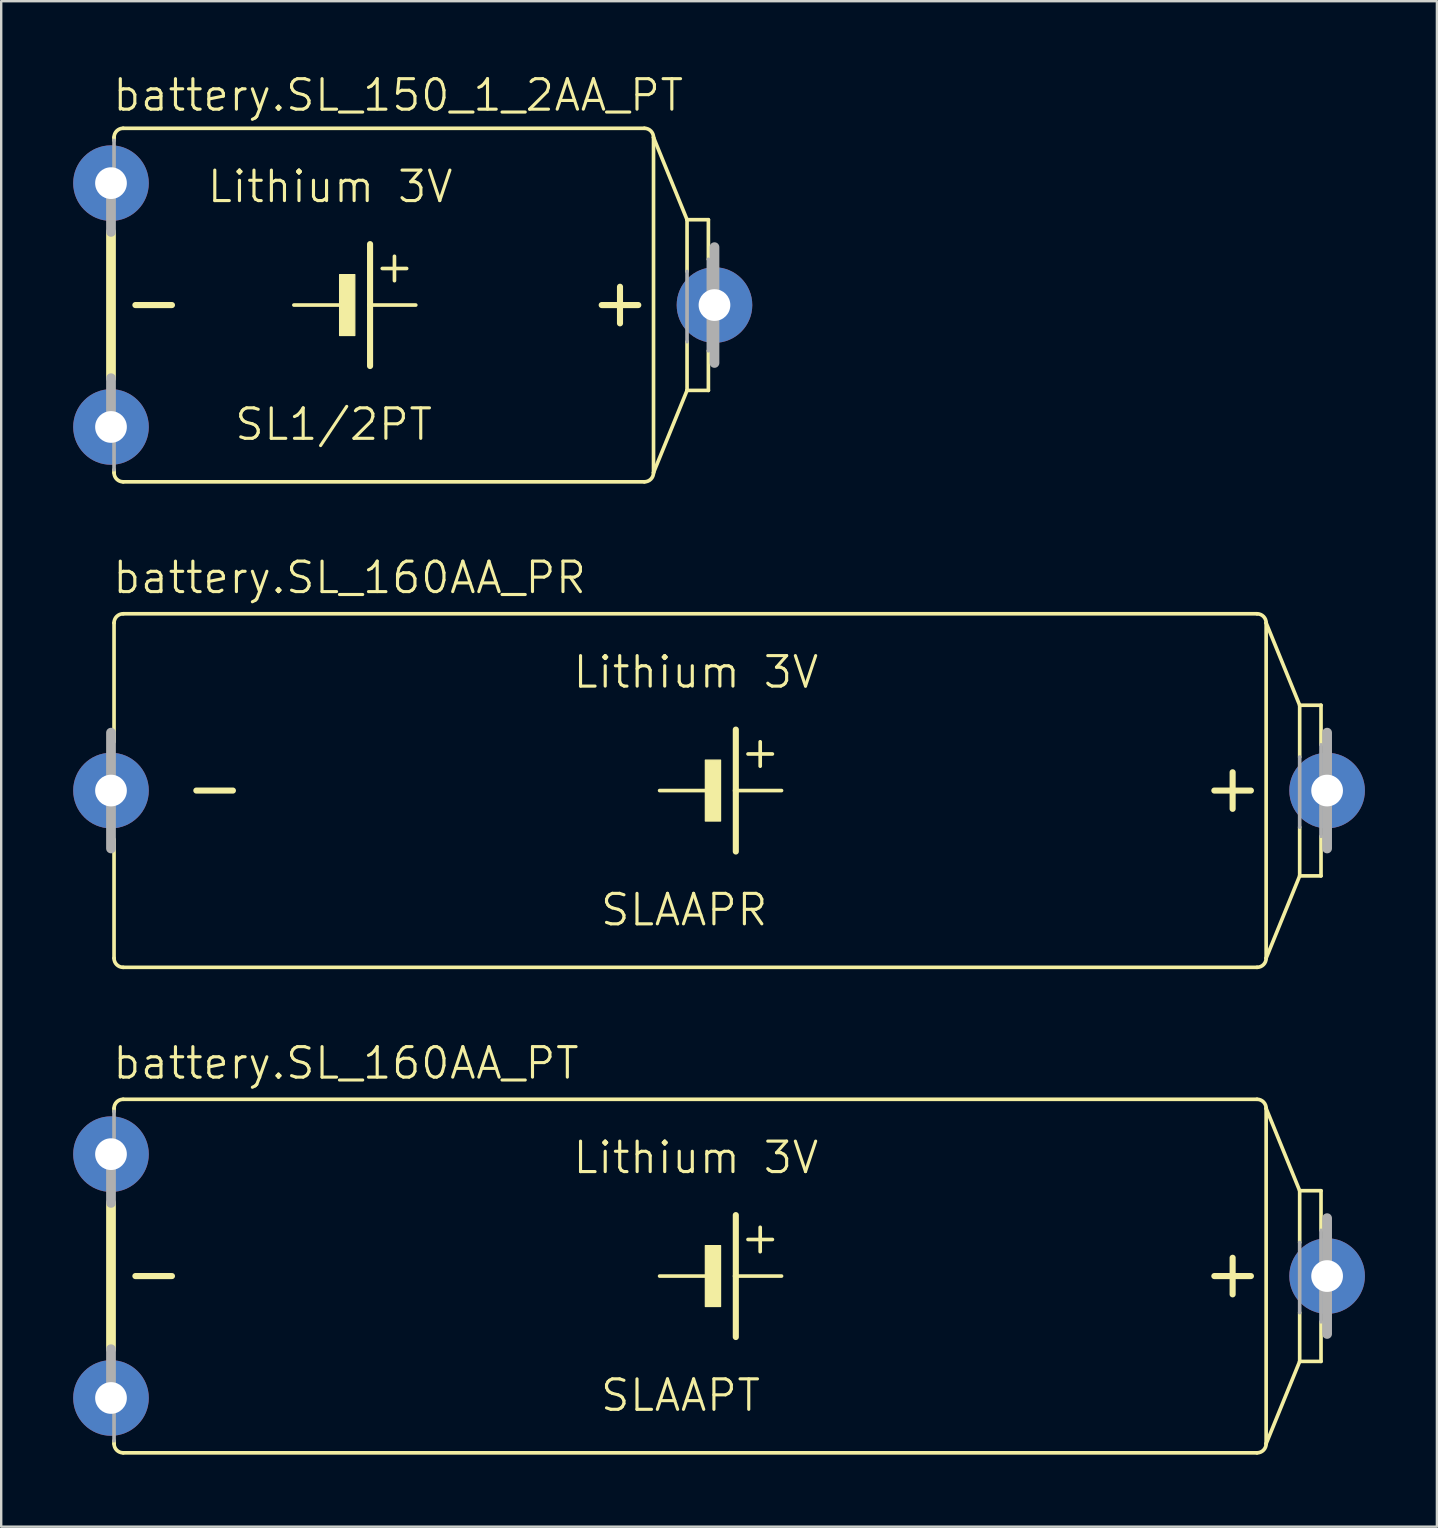
<source format=kicad_pcb>
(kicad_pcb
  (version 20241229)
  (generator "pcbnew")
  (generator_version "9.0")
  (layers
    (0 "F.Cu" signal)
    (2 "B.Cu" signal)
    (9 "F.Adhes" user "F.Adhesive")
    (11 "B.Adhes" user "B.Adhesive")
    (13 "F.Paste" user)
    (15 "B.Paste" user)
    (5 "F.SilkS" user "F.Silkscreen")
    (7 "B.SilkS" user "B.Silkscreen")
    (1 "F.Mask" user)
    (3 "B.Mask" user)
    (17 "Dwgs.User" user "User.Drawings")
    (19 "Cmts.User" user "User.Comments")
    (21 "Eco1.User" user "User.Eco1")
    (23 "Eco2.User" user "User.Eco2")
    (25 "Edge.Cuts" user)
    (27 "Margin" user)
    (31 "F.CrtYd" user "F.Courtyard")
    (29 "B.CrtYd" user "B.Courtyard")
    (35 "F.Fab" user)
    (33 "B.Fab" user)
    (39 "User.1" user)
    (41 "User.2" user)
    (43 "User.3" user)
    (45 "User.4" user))
  (footprint "battery.SL_150_1_2AA_PT"
    (layer "F.Cu")
    (at 14.275 9.661)
    (property "Reference" "battery.SL_150_1_2AA_PT" (at -12.7 -8.001 0) (layer "F.SilkS") (effects (font (size 1.27 1.27) (thickness 0.13)) (justify left bottom)))
    (attr through_hole)
    (fp_line (start -12.7 3.048) (end -12.7 -3.048) (stroke (width 0.406) (type default)) (layer "F.SilkS"))
    (fp_line (start -12.573 -6.858) (end -12.573 -6.985) (stroke (width 0.152) (type default)) (layer "F.SilkS"))
    (fp_line (start -12.573 6.985) (end -12.573 6.858) (stroke (width 0.152) (type default)) (layer "F.SilkS"))
    (fp_line (start -11.684 0) (end -10.16 0) (stroke (width 0.254) (type default)) (layer "F.SilkS"))
    (fp_line (start -5.08 0) (end -3.175 0) (stroke (width 0.152) (type default)) (layer "F.SilkS"))
    (fp_line (start -1.905 -2.54) (end -1.905 0) (stroke (width 0.254) (type default)) (layer "F.SilkS"))
    (fp_line (start -1.905 0) (end -1.905 2.54) (stroke (width 0.254) (type default)) (layer "F.SilkS"))
    (fp_line (start -1.905 0) (end 0 0) (stroke (width 0.152) (type default)) (layer "F.SilkS"))
    (fp_line (start -1.397 -1.524) (end -0.381 -1.524) (stroke (width 0.152) (type default)) (layer "F.SilkS"))
    (fp_line (start -0.889 -2.032) (end -0.889 -1.016) (stroke (width 0.152) (type default)) (layer "F.SilkS"))
    (fp_line (start 7.747 0) (end 9.271 0) (stroke (width 0.254) (type default)) (layer "F.SilkS"))
    (fp_line (start 8.509 0.762) (end 8.509 -0.762) (stroke (width 0.254) (type default)) (layer "F.SilkS"))
    (fp_line (start 9.525 -7.366) (end -12.192 -7.366) (stroke (width 0.152) (type default)) (layer "F.SilkS"))
    (fp_line (start 9.525 7.366) (end -12.192 7.366) (stroke (width 0.152) (type default)) (layer "F.SilkS"))
    (fp_line (start 9.906 -6.985) (end 9.906 6.985) (stroke (width 0.152) (type default)) (layer "F.SilkS"))
    (fp_line (start 9.906 6.985) (end 11.303 3.556) (stroke (width 0.152) (type default)) (layer "F.SilkS"))
    (fp_line (start 11.303 -3.556) (end 9.906 -6.985) (stroke (width 0.152) (type default)) (layer "F.SilkS"))
    (fp_line (start 11.303 -1.397) (end 11.303 -3.556) (stroke (width 0.152) (type default)) (layer "F.SilkS"))
    (fp_line (start 11.303 3.556) (end 11.303 1.524) (stroke (width 0.152) (type default)) (layer "F.SilkS"))
    (fp_line (start 12.192 -3.556) (end 11.303 -3.556) (stroke (width 0.152) (type default)) (layer "F.SilkS"))
    (fp_line (start 12.192 -1.905) (end 12.192 -3.556) (stroke (width 0.152) (type default)) (layer "F.SilkS"))
    (fp_line (start 12.192 3.556) (end 11.303 3.556) (stroke (width 0.152) (type default)) (layer "F.SilkS"))
    (fp_line (start 12.192 3.556) (end 12.192 1.905) (stroke (width 0.152) (type default)) (layer "F.SilkS"))
    (fp_rect (start -3.175 1.27) (end -2.54 -1.27) (stroke (width 0.05) (type default)) (fill yes) (layer "F.SilkS"))
    (fp_arc (start -12.573 -6.985) (mid -12.461408 -7.254408) (end -12.192 -7.366) (stroke (width 0.1524) (type default)) (layer "F.SilkS"))
    (fp_arc (start -12.192 7.366) (mid -12.461408 7.254408) (end -12.573 6.985) (stroke (width 0.1524) (type default)) (layer "F.SilkS"))
    (fp_arc (start 9.525 -7.366) (mid 9.794408 -7.254408) (end 9.906 -6.985) (stroke (width 0.1524) (type default)) (layer "F.SilkS"))
    (fp_arc (start 9.906 6.985) (mid 9.794408 7.254408) (end 9.525 7.366) (stroke (width 0.1524) (type default)) (layer "F.SilkS"))
    (fp_line (start -12.7 -3.048) (end -12.7 -5.461) (stroke (width 0.406) (type default)) (layer "F.Fab"))
    (fp_line (start -12.7 5.461) (end -12.7 3.048) (stroke (width 0.406) (type default)) (layer "F.Fab"))
    (fp_line (start -12.573 -6.858) (end -12.573 -5.461) (stroke (width 0.152) (type default)) (layer "F.Fab"))
    (fp_line (start -12.573 6.858) (end -12.573 5.461) (stroke (width 0.152) (type default)) (layer "F.Fab"))
    (fp_line (start 11.303 1.524) (end 11.303 -1.397) (stroke (width 0.152) (type default)) (layer "F.Fab"))
    (fp_line (start 12.192 1.905) (end 12.192 -1.905) (stroke (width 0.152) (type default)) (layer "F.Fab"))
    (fp_line (start 12.446 2.413) (end 12.446 -2.413) (stroke (width 0.406) (type default)) (layer "F.Fab"))
    (fp_text user "SL1/2PT" (at -7.62 5.715 0) (layer "F.SilkS") (effects (font (size 1.27 1.27) (thickness 0.13)) (justify left bottom)))
    (fp_text user "Lithium 3V" (at -8.763 -4.191 0) (layer "F.SilkS") (effects (font (size 1.27 1.27) (thickness 0.13)) (justify left bottom)))
    (pad "+" thru_hole circle (at 12.446 0) (size 3.15 3.15) (drill 1.321) (layers "*.Cu" "*.Mask"))
    (pad "-" thru_hole circle (at -12.7 5.08) (size 3.15 3.15) (drill 1.321) (layers "*.Cu" "*.Mask"))
    (pad "-@1" thru_hole circle (at -12.7 -5.08) (size 3.15 3.15) (drill 1.321) (layers "*.Cu" "*.Mask")))
  (footprint "battery.SL_160AA_PR"
    (layer "F.Cu")
    (at 26.975 29.891)
    (property "Reference" "battery.SL_160AA_PR" (at -25.4 -8.128 0) (layer "F.SilkS") (effects (font (size 1.27 1.27) (thickness 0.13)) (justify left bottom)))
    (attr through_hole)
    (fp_line (start -25.273 -6.985) (end -25.273 -2.032) (stroke (width 0.152) (type default)) (layer "F.SilkS"))
    (fp_line (start -25.273 6.985) (end -25.273 2.032) (stroke (width 0.152) (type default)) (layer "F.SilkS"))
    (fp_line (start -21.844 0) (end -20.32 0) (stroke (width 0.254) (type default)) (layer "F.SilkS"))
    (fp_line (start -2.54 0) (end -0.635 0) (stroke (width 0.152) (type default)) (layer "F.SilkS"))
    (fp_line (start 0.635 -2.54) (end 0.635 0) (stroke (width 0.254) (type default)) (layer "F.SilkS"))
    (fp_line (start 0.635 0) (end 0.635 2.54) (stroke (width 0.254) (type default)) (layer "F.SilkS"))
    (fp_line (start 0.635 0) (end 2.54 0) (stroke (width 0.152) (type default)) (layer "F.SilkS"))
    (fp_line (start 1.143 -1.524) (end 2.159 -1.524) (stroke (width 0.152) (type default)) (layer "F.SilkS"))
    (fp_line (start 1.651 -2.032) (end 1.651 -1.016) (stroke (width 0.152) (type default)) (layer "F.SilkS"))
    (fp_line (start 20.574 0) (end 22.098 0) (stroke (width 0.254) (type default)) (layer "F.SilkS"))
    (fp_line (start 21.336 0.762) (end 21.336 -0.762) (stroke (width 0.254) (type default)) (layer "F.SilkS"))
    (fp_line (start 22.352 -7.366) (end -24.892 -7.366) (stroke (width 0.152) (type default)) (layer "F.SilkS"))
    (fp_line (start 22.352 7.366) (end -24.892 7.366) (stroke (width 0.152) (type default)) (layer "F.SilkS"))
    (fp_line (start 22.733 -6.985) (end 22.733 6.985) (stroke (width 0.152) (type default)) (layer "F.SilkS"))
    (fp_line (start 22.733 6.985) (end 24.13 3.556) (stroke (width 0.152) (type default)) (layer "F.SilkS"))
    (fp_line (start 24.13 -3.556) (end 22.733 -6.985) (stroke (width 0.152) (type default)) (layer "F.SilkS"))
    (fp_line (start 24.13 -1.397) (end 24.13 -3.556) (stroke (width 0.152) (type default)) (layer "F.SilkS"))
    (fp_line (start 24.13 3.556) (end 24.13 1.524) (stroke (width 0.152) (type default)) (layer "F.SilkS"))
    (fp_line (start 25.019 -3.556) (end 24.13 -3.556) (stroke (width 0.152) (type default)) (layer "F.SilkS"))
    (fp_line (start 25.019 -1.905) (end 25.019 -3.556) (stroke (width 0.152) (type default)) (layer "F.SilkS"))
    (fp_line (start 25.019 3.556) (end 24.13 3.556) (stroke (width 0.152) (type default)) (layer "F.SilkS"))
    (fp_line (start 25.019 3.556) (end 25.019 1.905) (stroke (width 0.152) (type default)) (layer "F.SilkS"))
    (fp_rect (start -0.635 1.27) (end 0 -1.27) (stroke (width 0.05) (type default)) (fill yes) (layer "F.SilkS"))
    (fp_arc (start -25.273 -6.985) (mid -25.161408 -7.254408) (end -24.892 -7.366) (stroke (width 0.1524) (type default)) (layer "F.SilkS"))
    (fp_arc (start -24.892 7.366) (mid -25.161408 7.254408) (end -25.273 6.985) (stroke (width 0.1524) (type default)) (layer "F.SilkS"))
    (fp_arc (start 22.352 -7.366) (mid 22.621408 -7.254408) (end 22.733 -6.985) (stroke (width 0.1524) (type default)) (layer "F.SilkS"))
    (fp_arc (start 22.733 6.985) (mid 22.621408 7.254408) (end 22.352 7.366) (stroke (width 0.1524) (type default)) (layer "F.SilkS"))
    (fp_line (start -25.4 2.413) (end -25.4 -2.413) (stroke (width 0.406) (type default)) (layer "F.Fab"))
    (fp_line (start 24.13 1.524) (end 24.13 -1.397) (stroke (width 0.152) (type default)) (layer "F.Fab"))
    (fp_line (start 25.019 1.905) (end 25.019 -1.905) (stroke (width 0.152) (type default)) (layer "F.Fab"))
    (fp_line (start 25.273 2.413) (end 25.273 -2.413) (stroke (width 0.406) (type default)) (layer "F.Fab"))
    (fp_text user "SLAAPR" (at -5.08 5.715 0) (layer "F.SilkS") (effects (font (size 1.27 1.27) (thickness 0.13)) (justify left bottom)))
    (fp_text user "Lithium 3V" (at -6.223 -4.191 0) (layer "F.SilkS") (effects (font (size 1.27 1.27) (thickness 0.13)) (justify left bottom)))
    (pad "+" thru_hole circle (at 25.273 0) (size 3.15 3.15) (drill 1.321) (layers "*.Cu" "*.Mask"))
    (pad "-" thru_hole circle (at -25.4 0) (size 3.15 3.15) (drill 1.321) (layers "*.Cu" "*.Mask")))
  (footprint "battery.SL_160AA_PT"
    (layer "F.Cu")
    (at 26.975 50.121)
    (property "Reference" "battery.SL_160AA_PT" (at -25.4 -8.128 0) (layer "F.SilkS") (effects (font (size 1.27 1.27) (thickness 0.13)) (justify left bottom)))
    (attr through_hole)
    (fp_line (start -25.4 3.048) (end -25.4 -3.048) (stroke (width 0.406) (type default)) (layer "F.SilkS"))
    (fp_line (start -25.273 -6.858) (end -25.273 -6.985) (stroke (width 0.152) (type default)) (layer "F.SilkS"))
    (fp_line (start -25.273 6.985) (end -25.273 6.858) (stroke (width 0.152) (type default)) (layer "F.SilkS"))
    (fp_line (start -24.384 0) (end -22.86 0) (stroke (width 0.254) (type default)) (layer "F.SilkS"))
    (fp_line (start -2.54 0) (end -0.635 0) (stroke (width 0.152) (type default)) (layer "F.SilkS"))
    (fp_line (start 0.635 -2.54) (end 0.635 0) (stroke (width 0.254) (type default)) (layer "F.SilkS"))
    (fp_line (start 0.635 0) (end 0.635 2.54) (stroke (width 0.254) (type default)) (layer "F.SilkS"))
    (fp_line (start 0.635 0) (end 2.54 0) (stroke (width 0.152) (type default)) (layer "F.SilkS"))
    (fp_line (start 1.143 -1.524) (end 2.159 -1.524) (stroke (width 0.152) (type default)) (layer "F.SilkS"))
    (fp_line (start 1.651 -2.032) (end 1.651 -1.016) (stroke (width 0.152) (type default)) (layer "F.SilkS"))
    (fp_line (start 20.574 0) (end 22.098 0) (stroke (width 0.254) (type default)) (layer "F.SilkS"))
    (fp_line (start 21.336 0.762) (end 21.336 -0.762) (stroke (width 0.254) (type default)) (layer "F.SilkS"))
    (fp_line (start 22.352 -7.366) (end -24.892 -7.366) (stroke (width 0.152) (type default)) (layer "F.SilkS"))
    (fp_line (start 22.352 7.366) (end -24.892 7.366) (stroke (width 0.152) (type default)) (layer "F.SilkS"))
    (fp_line (start 22.733 -6.985) (end 22.733 6.985) (stroke (width 0.152) (type default)) (layer "F.SilkS"))
    (fp_line (start 22.733 6.985) (end 24.13 3.556) (stroke (width 0.152) (type default)) (layer "F.SilkS"))
    (fp_line (start 24.13 -3.556) (end 22.733 -6.985) (stroke (width 0.152) (type default)) (layer "F.SilkS"))
    (fp_line (start 24.13 -1.397) (end 24.13 -3.556) (stroke (width 0.152) (type default)) (layer "F.SilkS"))
    (fp_line (start 24.13 3.556) (end 24.13 1.524) (stroke (width 0.152) (type default)) (layer "F.SilkS"))
    (fp_line (start 25.019 -3.556) (end 24.13 -3.556) (stroke (width 0.152) (type default)) (layer "F.SilkS"))
    (fp_line (start 25.019 -1.905) (end 25.019 -3.556) (stroke (width 0.152) (type default)) (layer "F.SilkS"))
    (fp_line (start 25.019 3.556) (end 24.13 3.556) (stroke (width 0.152) (type default)) (layer "F.SilkS"))
    (fp_line (start 25.019 3.556) (end 25.019 1.905) (stroke (width 0.152) (type default)) (layer "F.SilkS"))
    (fp_rect (start -0.635 1.27) (end 0 -1.27) (stroke (width 0.05) (type default)) (fill yes) (layer "F.SilkS"))
    (fp_arc (start -25.273 -6.985) (mid -25.161408 -7.254408) (end -24.892 -7.366) (stroke (width 0.1524) (type default)) (layer "F.SilkS"))
    (fp_arc (start -24.892 7.366) (mid -25.161408 7.254408) (end -25.273 6.985) (stroke (width 0.1524) (type default)) (layer "F.SilkS"))
    (fp_arc (start 22.352 -7.366) (mid 22.621408 -7.254408) (end 22.733 -6.985) (stroke (width 0.1524) (type default)) (layer "F.SilkS"))
    (fp_arc (start 22.733 6.985) (mid 22.621408 7.254408) (end 22.352 7.366) (stroke (width 0.1524) (type default)) (layer "F.SilkS"))
    (fp_line (start -25.4 -3.048) (end -25.4 -5.461) (stroke (width 0.406) (type default)) (layer "F.Fab"))
    (fp_line (start -25.4 5.461) (end -25.4 3.048) (stroke (width 0.406) (type default)) (layer "F.Fab"))
    (fp_line (start -25.273 -6.858) (end -25.273 -5.461) (stroke (width 0.152) (type default)) (layer "F.Fab"))
    (fp_line (start -25.273 6.858) (end -25.273 5.461) (stroke (width 0.152) (type default)) (layer "F.Fab"))
    (fp_line (start 24.13 1.524) (end 24.13 -1.397) (stroke (width 0.152) (type default)) (layer "F.Fab"))
    (fp_line (start 25.019 1.905) (end 25.019 -1.905) (stroke (width 0.152) (type default)) (layer "F.Fab"))
    (fp_line (start 25.273 2.413) (end 25.273 -2.413) (stroke (width 0.406) (type default)) (layer "F.Fab"))
    (fp_text user "SLAAPT" (at -5.08 5.715 0) (layer "F.SilkS") (effects (font (size 1.27 1.27) (thickness 0.13)) (justify left bottom)))
    (fp_text user "Lithium 3V" (at -6.223 -4.191 0) (layer "F.SilkS") (effects (font (size 1.27 1.27) (thickness 0.13)) (justify left bottom)))
    (pad "+" thru_hole circle (at 25.273 0) (size 3.15 3.15) (drill 1.321) (layers "*.Cu" "*.Mask"))
    (pad "-" thru_hole circle (at -25.4 5.08) (size 3.15 3.15) (drill 1.321) (layers "*.Cu" "*.Mask"))
    (pad "-@1" thru_hole circle (at -25.4 -5.08) (size 3.15 3.15) (drill 1.321) (layers "*.Cu" "*.Mask")))
  (gr_rect
    (start -3 -3)
    (end 56.823 60.564)
    (stroke (width 0.1) (type default))
    (fill no)
    (layer "Edge.Cuts")))
</source>
